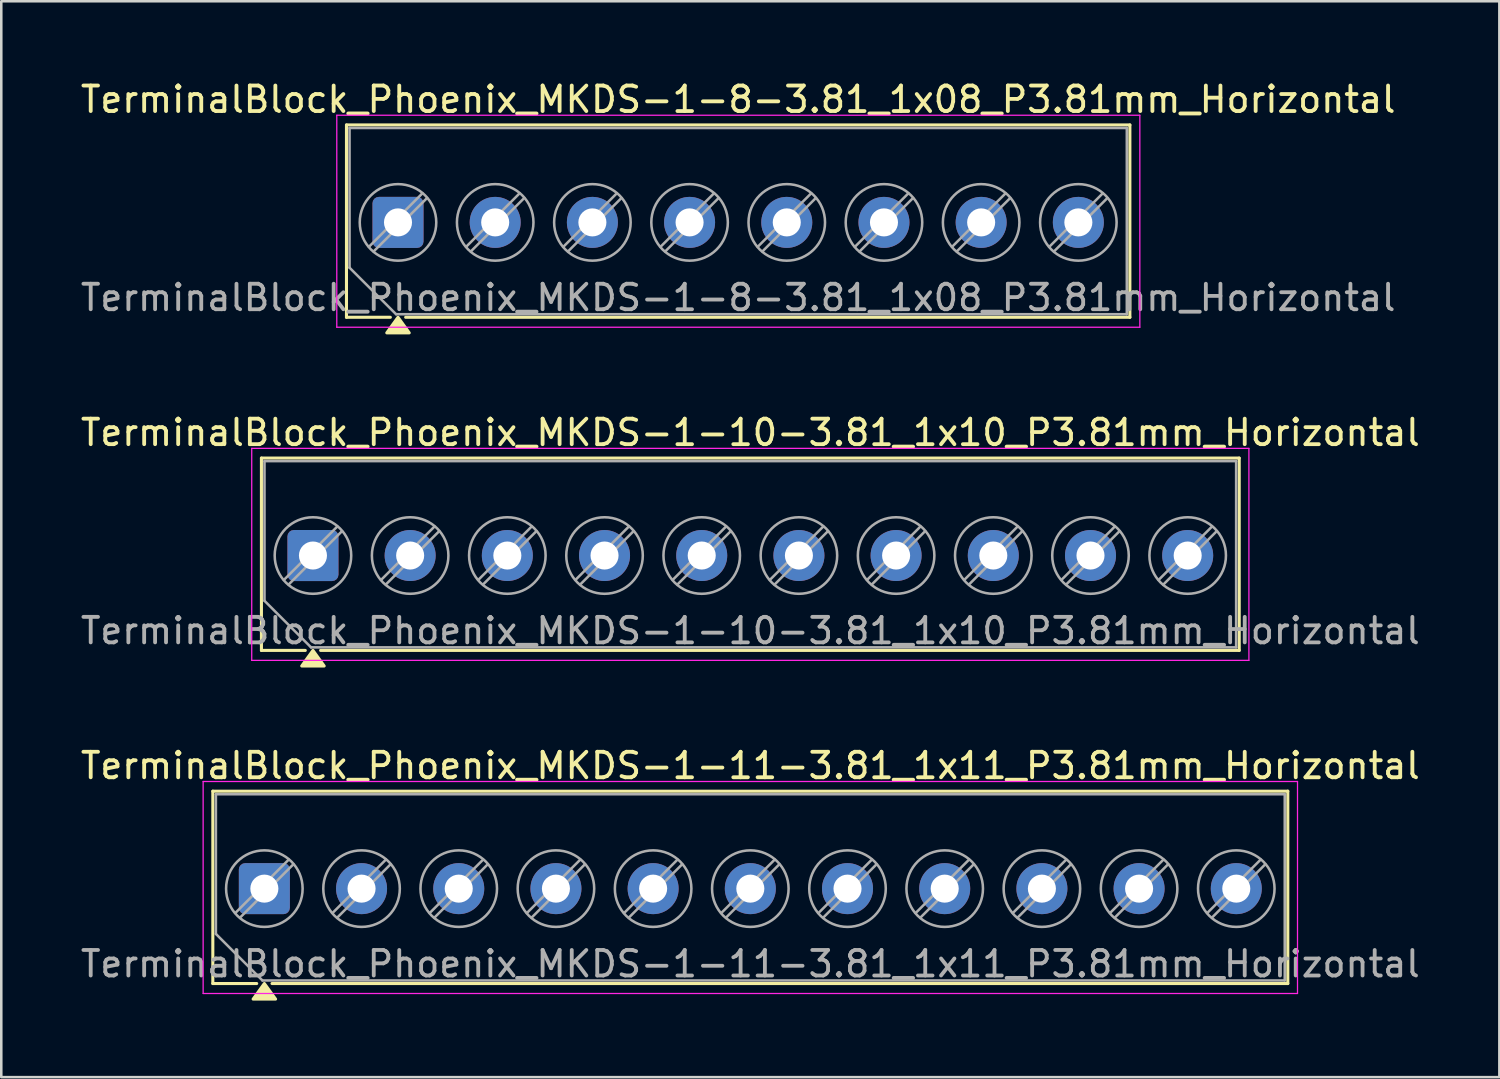
<source format=kicad_pcb>
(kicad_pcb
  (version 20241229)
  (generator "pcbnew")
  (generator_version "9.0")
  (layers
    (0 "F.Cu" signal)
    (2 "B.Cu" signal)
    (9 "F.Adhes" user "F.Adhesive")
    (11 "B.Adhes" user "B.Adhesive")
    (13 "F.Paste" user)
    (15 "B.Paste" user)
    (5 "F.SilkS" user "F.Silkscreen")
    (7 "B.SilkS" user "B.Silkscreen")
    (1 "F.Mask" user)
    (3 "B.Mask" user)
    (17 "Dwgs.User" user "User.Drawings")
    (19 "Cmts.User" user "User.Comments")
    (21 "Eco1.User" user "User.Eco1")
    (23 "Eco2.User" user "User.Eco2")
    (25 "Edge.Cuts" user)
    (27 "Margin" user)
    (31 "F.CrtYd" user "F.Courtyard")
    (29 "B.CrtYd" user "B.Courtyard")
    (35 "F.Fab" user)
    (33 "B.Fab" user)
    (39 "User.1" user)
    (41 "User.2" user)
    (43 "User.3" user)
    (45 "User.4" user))
  (footprint "TerminalBlock_Phoenix_MKDS-1-8-3.81_1x08_P3.81mm_Horizontal"
    (layer "F.Cu")
    (at 12.552 5.668)
    (property "Reference" "TerminalBlock_Phoenix_MKDS-1-8-3.81_1x08_P3.81mm_Horizontal" (at 13.335 -4.82 0) (layer "F.SilkS") (effects (font (size 1 1) (thickness 0.15))))
    (attr through_hole)
    (fp_line (start -2.02 -3.82) (end 28.69 -3.82) (stroke (width 0.12) (type solid)) (layer "F.SilkS"))
    (fp_line (start -2.02 3.72) (end -2.02 -3.82) (stroke (width 0.12) (type solid)) (layer "F.SilkS"))
    (fp_line (start -0.3 3.72) (end -2.02 3.72) (stroke (width 0.12) (type solid)) (layer "F.SilkS"))
    (fp_line (start 28.69 -3.82) (end 28.69 3.72) (stroke (width 0.12) (type solid)) (layer "F.SilkS"))
    (fp_line (start 28.69 3.72) (end 0.3 3.72) (stroke (width 0.12) (type solid)) (layer "F.SilkS"))
    (fp_poly (pts (xy 0 3.72) (xy 0.44 4.33) (xy -0.44 4.33)) (stroke (width 0.12) (type solid)) (fill yes) (layer "F.SilkS"))
    (fp_line (start -2.4 -4.2) (end -2.4 4.11) (stroke (width 0.05) (type solid)) (layer "F.CrtYd"))
    (fp_line (start -2.4 4.11) (end 29.08 4.11) (stroke (width 0.05) (type solid)) (layer "F.CrtYd"))
    (fp_line (start 29.08 -4.2) (end -2.4 -4.2) (stroke (width 0.05) (type solid)) (layer "F.CrtYd"))
    (fp_line (start 29.08 4.11) (end 29.08 -4.2) (stroke (width 0.05) (type solid)) (layer "F.CrtYd"))
    (fp_line (start -1.9 -3.7) (end 28.57 -3.7) (stroke (width 0.1) (type solid)) (layer "F.Fab"))
    (fp_line (start -1.9 1.775) (end -1.9 -3.7) (stroke (width 0.1) (type solid)) (layer "F.Fab"))
    (fp_line (start -0.075 3.6) (end -1.9 1.775) (stroke (width 0.1) (type solid)) (layer "F.Fab"))
    (fp_line (start 0.955 -1.138) (end -1.138 0.955) (stroke (width 0.1) (type solid)) (layer "F.Fab"))
    (fp_line (start 1.138 -0.955) (end -0.955 1.138) (stroke (width 0.1) (type solid)) (layer "F.Fab"))
    (fp_line (start 4.765 -1.138) (end 2.672 0.955) (stroke (width 0.1) (type solid)) (layer "F.Fab"))
    (fp_line (start 4.948 -0.955) (end 2.855 1.138) (stroke (width 0.1) (type solid)) (layer "F.Fab"))
    (fp_line (start 8.575 -1.138) (end 6.482 0.955) (stroke (width 0.1) (type solid)) (layer "F.Fab"))
    (fp_line (start 8.758 -0.955) (end 6.665 1.138) (stroke (width 0.1) (type solid)) (layer "F.Fab"))
    (fp_line (start 12.385 -1.138) (end 10.292 0.955) (stroke (width 0.1) (type solid)) (layer "F.Fab"))
    (fp_line (start 12.568 -0.955) (end 10.475 1.138) (stroke (width 0.1) (type solid)) (layer "F.Fab"))
    (fp_line (start 16.195 -1.138) (end 14.102 0.955) (stroke (width 0.1) (type solid)) (layer "F.Fab"))
    (fp_line (start 16.378 -0.955) (end 14.285 1.138) (stroke (width 0.1) (type solid)) (layer "F.Fab"))
    (fp_line (start 20.005 -1.138) (end 17.912 0.955) (stroke (width 0.1) (type solid)) (layer "F.Fab"))
    (fp_line (start 20.188 -0.955) (end 18.095 1.138) (stroke (width 0.1) (type solid)) (layer "F.Fab"))
    (fp_line (start 23.815 -1.138) (end 21.722 0.955) (stroke (width 0.1) (type solid)) (layer "F.Fab"))
    (fp_line (start 23.998 -0.955) (end 21.905 1.138) (stroke (width 0.1) (type solid)) (layer "F.Fab"))
    (fp_line (start 27.625 -1.138) (end 25.532 0.955) (stroke (width 0.1) (type solid)) (layer "F.Fab"))
    (fp_line (start 27.808 -0.955) (end 25.715 1.138) (stroke (width 0.1) (type solid)) (layer "F.Fab"))
    (fp_line (start 28.57 -3.7) (end 28.57 3.6) (stroke (width 0.1) (type solid)) (layer "F.Fab"))
    (fp_line (start 28.57 3.6) (end -0.075 3.6) (stroke (width 0.1) (type solid)) (layer "F.Fab"))
    (fp_circle (center 0 0) (end 1.5 0) (stroke (width 0.1) (type solid)) (fill no) (layer "F.Fab"))
    (fp_circle (center 3.81 0) (end 5.31 0) (stroke (width 0.1) (type solid)) (fill no) (layer "F.Fab"))
    (fp_circle (center 7.62 0) (end 9.12 0) (stroke (width 0.1) (type solid)) (fill no) (layer "F.Fab"))
    (fp_circle (center 11.43 0) (end 12.93 0) (stroke (width 0.1) (type solid)) (fill no) (layer "F.Fab"))
    (fp_circle (center 15.24 0) (end 16.74 0) (stroke (width 0.1) (type solid)) (fill no) (layer "F.Fab"))
    (fp_circle (center 19.05 0) (end 20.55 0) (stroke (width 0.1) (type solid)) (fill no) (layer "F.Fab"))
    (fp_circle (center 22.86 0) (end 24.36 0) (stroke (width 0.1) (type solid)) (fill no) (layer "F.Fab"))
    (fp_circle (center 26.67 0) (end 28.17 0) (stroke (width 0.1) (type solid)) (fill no) (layer "F.Fab"))
    (fp_text user "${REFERENCE}" (at 13.335 2.95 0) (layer "F.Fab") (effects (font (size 1 1) (thickness 0.15))))
    (pad "1" thru_hole roundrect (at 0 0) (size 2 2) (drill 1.1) (layers "*.Cu" "*.Mask") (roundrect_rratio 0.125))
    (pad "2" thru_hole circle (at 3.81 0) (size 2 2) (drill 1.1) (layers "*.Cu" "*.Mask"))
    (pad "3" thru_hole circle (at 7.62 0) (size 2 2) (drill 1.1) (layers "*.Cu" "*.Mask"))
    (pad "4" thru_hole circle (at 11.43 0) (size 2 2) (drill 1.1) (layers "*.Cu" "*.Mask"))
    (pad "5" thru_hole circle (at 15.24 0) (size 2 2) (drill 1.1) (layers "*.Cu" "*.Mask"))
    (pad "6" thru_hole circle (at 19.05 0) (size 2 2) (drill 1.1) (layers "*.Cu" "*.Mask"))
    (pad "7" thru_hole circle (at 22.86 0) (size 2 2) (drill 1.1) (layers "*.Cu" "*.Mask"))
    (pad "8" thru_hole circle (at 26.67 0) (size 2 2) (drill 1.1) (layers "*.Cu" "*.Mask")))
  (footprint "TerminalBlock_Phoenix_MKDS-1-11-3.81_1x11_P3.81mm_Horizontal"
    (layer "F.Cu")
    (at 7.313 31.785)
    (property "Reference" "TerminalBlock_Phoenix_MKDS-1-11-3.81_1x11_P3.81mm_Horizontal" (at 19.05 -4.82 0) (layer "F.SilkS") (effects (font (size 1 1) (thickness 0.15))))
    (attr through_hole)
    (fp_line (start -2.02 -3.82) (end 40.12 -3.82) (stroke (width 0.12) (type solid)) (layer "F.SilkS"))
    (fp_line (start -2.02 3.72) (end -2.02 -3.82) (stroke (width 0.12) (type solid)) (layer "F.SilkS"))
    (fp_line (start -0.3 3.72) (end -2.02 3.72) (stroke (width 0.12) (type solid)) (layer "F.SilkS"))
    (fp_line (start 40.12 -3.82) (end 40.12 3.72) (stroke (width 0.12) (type solid)) (layer "F.SilkS"))
    (fp_line (start 40.12 3.72) (end 0.3 3.72) (stroke (width 0.12) (type solid)) (layer "F.SilkS"))
    (fp_poly (pts (xy 0 3.72) (xy 0.44 4.33) (xy -0.44 4.33)) (stroke (width 0.12) (type solid)) (fill yes) (layer "F.SilkS"))
    (fp_line (start -2.4 -4.2) (end -2.4 4.11) (stroke (width 0.05) (type solid)) (layer "F.CrtYd"))
    (fp_line (start -2.4 4.11) (end 40.5 4.11) (stroke (width 0.05) (type solid)) (layer "F.CrtYd"))
    (fp_line (start 40.5 -4.2) (end -2.4 -4.2) (stroke (width 0.05) (type solid)) (layer "F.CrtYd"))
    (fp_line (start 40.5 4.11) (end 40.5 -4.2) (stroke (width 0.05) (type solid)) (layer "F.CrtYd"))
    (fp_line (start -1.9 -3.7) (end 40 -3.7) (stroke (width 0.1) (type solid)) (layer "F.Fab"))
    (fp_line (start -1.9 1.775) (end -1.9 -3.7) (stroke (width 0.1) (type solid)) (layer "F.Fab"))
    (fp_line (start -0.075 3.6) (end -1.9 1.775) (stroke (width 0.1) (type solid)) (layer "F.Fab"))
    (fp_line (start 0.955 -1.138) (end -1.138 0.955) (stroke (width 0.1) (type solid)) (layer "F.Fab"))
    (fp_line (start 1.138 -0.955) (end -0.955 1.138) (stroke (width 0.1) (type solid)) (layer "F.Fab"))
    (fp_line (start 4.765 -1.138) (end 2.672 0.955) (stroke (width 0.1) (type solid)) (layer "F.Fab"))
    (fp_line (start 4.948 -0.955) (end 2.855 1.138) (stroke (width 0.1) (type solid)) (layer "F.Fab"))
    (fp_line (start 8.575 -1.138) (end 6.482 0.955) (stroke (width 0.1) (type solid)) (layer "F.Fab"))
    (fp_line (start 8.758 -0.955) (end 6.665 1.138) (stroke (width 0.1) (type solid)) (layer "F.Fab"))
    (fp_line (start 12.385 -1.138) (end 10.292 0.955) (stroke (width 0.1) (type solid)) (layer "F.Fab"))
    (fp_line (start 12.568 -0.955) (end 10.475 1.138) (stroke (width 0.1) (type solid)) (layer "F.Fab"))
    (fp_line (start 16.195 -1.138) (end 14.102 0.955) (stroke (width 0.1) (type solid)) (layer "F.Fab"))
    (fp_line (start 16.378 -0.955) (end 14.285 1.138) (stroke (width 0.1) (type solid)) (layer "F.Fab"))
    (fp_line (start 20.005 -1.138) (end 17.912 0.955) (stroke (width 0.1) (type solid)) (layer "F.Fab"))
    (fp_line (start 20.188 -0.955) (end 18.095 1.138) (stroke (width 0.1) (type solid)) (layer "F.Fab"))
    (fp_line (start 23.815 -1.138) (end 21.722 0.955) (stroke (width 0.1) (type solid)) (layer "F.Fab"))
    (fp_line (start 23.998 -0.955) (end 21.905 1.138) (stroke (width 0.1) (type solid)) (layer "F.Fab"))
    (fp_line (start 27.625 -1.138) (end 25.532 0.955) (stroke (width 0.1) (type solid)) (layer "F.Fab"))
    (fp_line (start 27.808 -0.955) (end 25.715 1.138) (stroke (width 0.1) (type solid)) (layer "F.Fab"))
    (fp_line (start 31.435 -1.138) (end 29.342 0.955) (stroke (width 0.1) (type solid)) (layer "F.Fab"))
    (fp_line (start 31.618 -0.955) (end 29.525 1.138) (stroke (width 0.1) (type solid)) (layer "F.Fab"))
    (fp_line (start 35.245 -1.138) (end 33.152 0.955) (stroke (width 0.1) (type solid)) (layer "F.Fab"))
    (fp_line (start 35.428 -0.955) (end 33.335 1.138) (stroke (width 0.1) (type solid)) (layer "F.Fab"))
    (fp_line (start 39.055 -1.138) (end 36.962 0.955) (stroke (width 0.1) (type solid)) (layer "F.Fab"))
    (fp_line (start 39.238 -0.955) (end 37.145 1.138) (stroke (width 0.1) (type solid)) (layer "F.Fab"))
    (fp_line (start 40 -3.7) (end 40 3.6) (stroke (width 0.1) (type solid)) (layer "F.Fab"))
    (fp_line (start 40 3.6) (end -0.075 3.6) (stroke (width 0.1) (type solid)) (layer "F.Fab"))
    (fp_circle (center 0 0) (end 1.5 0) (stroke (width 0.1) (type solid)) (fill no) (layer "F.Fab"))
    (fp_circle (center 3.81 0) (end 5.31 0) (stroke (width 0.1) (type solid)) (fill no) (layer "F.Fab"))
    (fp_circle (center 7.62 0) (end 9.12 0) (stroke (width 0.1) (type solid)) (fill no) (layer "F.Fab"))
    (fp_circle (center 11.43 0) (end 12.93 0) (stroke (width 0.1) (type solid)) (fill no) (layer "F.Fab"))
    (fp_circle (center 15.24 0) (end 16.74 0) (stroke (width 0.1) (type solid)) (fill no) (layer "F.Fab"))
    (fp_circle (center 19.05 0) (end 20.55 0) (stroke (width 0.1) (type solid)) (fill no) (layer "F.Fab"))
    (fp_circle (center 22.86 0) (end 24.36 0) (stroke (width 0.1) (type solid)) (fill no) (layer "F.Fab"))
    (fp_circle (center 26.67 0) (end 28.17 0) (stroke (width 0.1) (type solid)) (fill no) (layer "F.Fab"))
    (fp_circle (center 30.48 0) (end 31.98 0) (stroke (width 0.1) (type solid)) (fill no) (layer "F.Fab"))
    (fp_circle (center 34.29 0) (end 35.79 0) (stroke (width 0.1) (type solid)) (fill no) (layer "F.Fab"))
    (fp_circle (center 38.1 0) (end 39.6 0) (stroke (width 0.1) (type solid)) (fill no) (layer "F.Fab"))
    (fp_text user "${REFERENCE}" (at 19.05 2.95 0) (layer "F.Fab") (effects (font (size 1 1) (thickness 0.15))))
    (pad "1" thru_hole roundrect (at 0 0) (size 2 2) (drill 1.1) (layers "*.Cu" "*.Mask") (roundrect_rratio 0.125))
    (pad "2" thru_hole circle (at 3.81 0) (size 2 2) (drill 1.1) (layers "*.Cu" "*.Mask"))
    (pad "3" thru_hole circle (at 7.62 0) (size 2 2) (drill 1.1) (layers "*.Cu" "*.Mask"))
    (pad "4" thru_hole circle (at 11.43 0) (size 2 2) (drill 1.1) (layers "*.Cu" "*.Mask"))
    (pad "5" thru_hole circle (at 15.24 0) (size 2 2) (drill 1.1) (layers "*.Cu" "*.Mask"))
    (pad "6" thru_hole circle (at 19.05 0) (size 2 2) (drill 1.1) (layers "*.Cu" "*.Mask"))
    (pad "7" thru_hole circle (at 22.86 0) (size 2 2) (drill 1.1) (layers "*.Cu" "*.Mask"))
    (pad "8" thru_hole circle (at 26.67 0) (size 2 2) (drill 1.1) (layers "*.Cu" "*.Mask"))
    (pad "9" thru_hole circle (at 30.48 0) (size 2 2) (drill 1.1) (layers "*.Cu" "*.Mask"))
    (pad "10" thru_hole circle (at 34.29 0) (size 2 2) (drill 1.1) (layers "*.Cu" "*.Mask"))
    (pad "11" thru_hole circle (at 38.1 0) (size 2 2) (drill 1.1) (layers "*.Cu" "*.Mask")))
  (footprint "TerminalBlock_Phoenix_MKDS-1-10-3.81_1x10_P3.81mm_Horizontal"
    (layer "F.Cu")
    (at 9.218 18.727)
    (property "Reference" "TerminalBlock_Phoenix_MKDS-1-10-3.81_1x10_P3.81mm_Horizontal" (at 17.145 -4.82 0) (layer "F.SilkS") (effects (font (size 1 1) (thickness 0.15))))
    (attr through_hole)
    (fp_line (start -2.02 -3.82) (end 36.31 -3.82) (stroke (width 0.12) (type solid)) (layer "F.SilkS"))
    (fp_line (start -2.02 3.72) (end -2.02 -3.82) (stroke (width 0.12) (type solid)) (layer "F.SilkS"))
    (fp_line (start -0.3 3.72) (end -2.02 3.72) (stroke (width 0.12) (type solid)) (layer "F.SilkS"))
    (fp_line (start 36.31 -3.82) (end 36.31 3.72) (stroke (width 0.12) (type solid)) (layer "F.SilkS"))
    (fp_line (start 36.31 3.72) (end 0.3 3.72) (stroke (width 0.12) (type solid)) (layer "F.SilkS"))
    (fp_poly (pts (xy 0 3.72) (xy 0.44 4.33) (xy -0.44 4.33)) (stroke (width 0.12) (type solid)) (fill yes) (layer "F.SilkS"))
    (fp_line (start -2.4 -4.2) (end -2.4 4.11) (stroke (width 0.05) (type solid)) (layer "F.CrtYd"))
    (fp_line (start -2.4 4.11) (end 36.69 4.11) (stroke (width 0.05) (type solid)) (layer "F.CrtYd"))
    (fp_line (start 36.69 -4.2) (end -2.4 -4.2) (stroke (width 0.05) (type solid)) (layer "F.CrtYd"))
    (fp_line (start 36.69 4.11) (end 36.69 -4.2) (stroke (width 0.05) (type solid)) (layer "F.CrtYd"))
    (fp_line (start -1.9 -3.7) (end 36.19 -3.7) (stroke (width 0.1) (type solid)) (layer "F.Fab"))
    (fp_line (start -1.9 1.775) (end -1.9 -3.7) (stroke (width 0.1) (type solid)) (layer "F.Fab"))
    (fp_line (start -0.075 3.6) (end -1.9 1.775) (stroke (width 0.1) (type solid)) (layer "F.Fab"))
    (fp_line (start 0.955 -1.138) (end -1.138 0.955) (stroke (width 0.1) (type solid)) (layer "F.Fab"))
    (fp_line (start 1.138 -0.955) (end -0.955 1.138) (stroke (width 0.1) (type solid)) (layer "F.Fab"))
    (fp_line (start 4.765 -1.138) (end 2.672 0.955) (stroke (width 0.1) (type solid)) (layer "F.Fab"))
    (fp_line (start 4.948 -0.955) (end 2.855 1.138) (stroke (width 0.1) (type solid)) (layer "F.Fab"))
    (fp_line (start 8.575 -1.138) (end 6.482 0.955) (stroke (width 0.1) (type solid)) (layer "F.Fab"))
    (fp_line (start 8.758 -0.955) (end 6.665 1.138) (stroke (width 0.1) (type solid)) (layer "F.Fab"))
    (fp_line (start 12.385 -1.138) (end 10.292 0.955) (stroke (width 0.1) (type solid)) (layer "F.Fab"))
    (fp_line (start 12.568 -0.955) (end 10.475 1.138) (stroke (width 0.1) (type solid)) (layer "F.Fab"))
    (fp_line (start 16.195 -1.138) (end 14.102 0.955) (stroke (width 0.1) (type solid)) (layer "F.Fab"))
    (fp_line (start 16.378 -0.955) (end 14.285 1.138) (stroke (width 0.1) (type solid)) (layer "F.Fab"))
    (fp_line (start 20.005 -1.138) (end 17.912 0.955) (stroke (width 0.1) (type solid)) (layer "F.Fab"))
    (fp_line (start 20.188 -0.955) (end 18.095 1.138) (stroke (width 0.1) (type solid)) (layer "F.Fab"))
    (fp_line (start 23.815 -1.138) (end 21.722 0.955) (stroke (width 0.1) (type solid)) (layer "F.Fab"))
    (fp_line (start 23.998 -0.955) (end 21.905 1.138) (stroke (width 0.1) (type solid)) (layer "F.Fab"))
    (fp_line (start 27.625 -1.138) (end 25.532 0.955) (stroke (width 0.1) (type solid)) (layer "F.Fab"))
    (fp_line (start 27.808 -0.955) (end 25.715 1.138) (stroke (width 0.1) (type solid)) (layer "F.Fab"))
    (fp_line (start 31.435 -1.138) (end 29.342 0.955) (stroke (width 0.1) (type solid)) (layer "F.Fab"))
    (fp_line (start 31.618 -0.955) (end 29.525 1.138) (stroke (width 0.1) (type solid)) (layer "F.Fab"))
    (fp_line (start 35.245 -1.138) (end 33.152 0.955) (stroke (width 0.1) (type solid)) (layer "F.Fab"))
    (fp_line (start 35.428 -0.955) (end 33.335 1.138) (stroke (width 0.1) (type solid)) (layer "F.Fab"))
    (fp_line (start 36.19 -3.7) (end 36.19 3.6) (stroke (width 0.1) (type solid)) (layer "F.Fab"))
    (fp_line (start 36.19 3.6) (end -0.075 3.6) (stroke (width 0.1) (type solid)) (layer "F.Fab"))
    (fp_circle (center 0 0) (end 1.5 0) (stroke (width 0.1) (type solid)) (fill no) (layer "F.Fab"))
    (fp_circle (center 3.81 0) (end 5.31 0) (stroke (width 0.1) (type solid)) (fill no) (layer "F.Fab"))
    (fp_circle (center 7.62 0) (end 9.12 0) (stroke (width 0.1) (type solid)) (fill no) (layer "F.Fab"))
    (fp_circle (center 11.43 0) (end 12.93 0) (stroke (width 0.1) (type solid)) (fill no) (layer "F.Fab"))
    (fp_circle (center 15.24 0) (end 16.74 0) (stroke (width 0.1) (type solid)) (fill no) (layer "F.Fab"))
    (fp_circle (center 19.05 0) (end 20.55 0) (stroke (width 0.1) (type solid)) (fill no) (layer "F.Fab"))
    (fp_circle (center 22.86 0) (end 24.36 0) (stroke (width 0.1) (type solid)) (fill no) (layer "F.Fab"))
    (fp_circle (center 26.67 0) (end 28.17 0) (stroke (width 0.1) (type solid)) (fill no) (layer "F.Fab"))
    (fp_circle (center 30.48 0) (end 31.98 0) (stroke (width 0.1) (type solid)) (fill no) (layer "F.Fab"))
    (fp_circle (center 34.29 0) (end 35.79 0) (stroke (width 0.1) (type solid)) (fill no) (layer "F.Fab"))
    (fp_text user "${REFERENCE}" (at 17.145 2.95 0) (layer "F.Fab") (effects (font (size 1 1) (thickness 0.15))))
    (pad "1" thru_hole roundrect (at 0 0) (size 2 2) (drill 1.1) (layers "*.Cu" "*.Mask") (roundrect_rratio 0.125))
    (pad "2" thru_hole circle (at 3.81 0) (size 2 2) (drill 1.1) (layers "*.Cu" "*.Mask"))
    (pad "3" thru_hole circle (at 7.62 0) (size 2 2) (drill 1.1) (layers "*.Cu" "*.Mask"))
    (pad "4" thru_hole circle (at 11.43 0) (size 2 2) (drill 1.1) (layers "*.Cu" "*.Mask"))
    (pad "5" thru_hole circle (at 15.24 0) (size 2 2) (drill 1.1) (layers "*.Cu" "*.Mask"))
    (pad "6" thru_hole circle (at 19.05 0) (size 2 2) (drill 1.1) (layers "*.Cu" "*.Mask"))
    (pad "7" thru_hole circle (at 22.86 0) (size 2 2) (drill 1.1) (layers "*.Cu" "*.Mask"))
    (pad "8" thru_hole circle (at 26.67 0) (size 2 2) (drill 1.1) (layers "*.Cu" "*.Mask"))
    (pad "9" thru_hole circle (at 30.48 0) (size 2 2) (drill 1.1) (layers "*.Cu" "*.Mask"))
    (pad "10" thru_hole circle (at 34.29 0) (size 2 2) (drill 1.1) (layers "*.Cu" "*.Mask")))
  (gr_rect
    (start -3 -3)
    (end 55.726 39.175)
    (stroke (width 0.1) (type default))
    (fill no)
    (layer "Edge.Cuts")))
</source>
